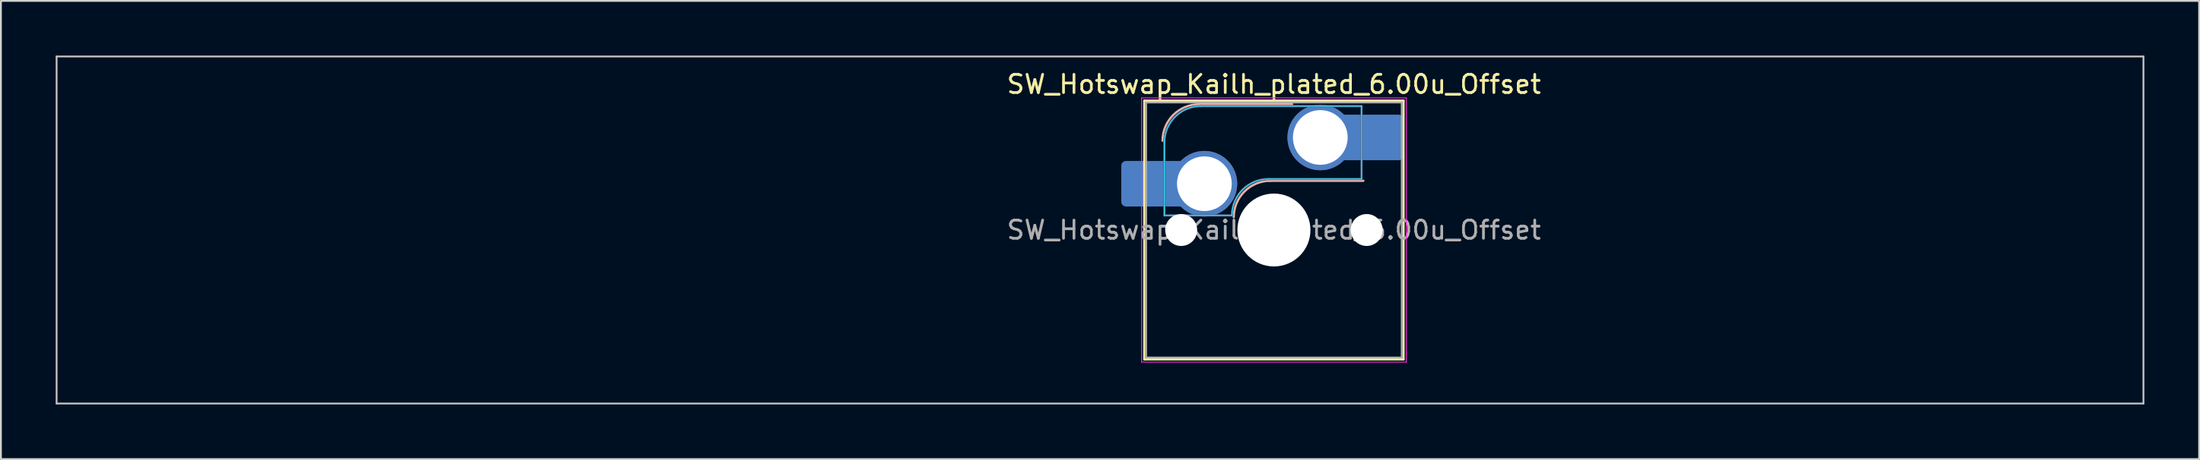
<source format=kicad_pcb>
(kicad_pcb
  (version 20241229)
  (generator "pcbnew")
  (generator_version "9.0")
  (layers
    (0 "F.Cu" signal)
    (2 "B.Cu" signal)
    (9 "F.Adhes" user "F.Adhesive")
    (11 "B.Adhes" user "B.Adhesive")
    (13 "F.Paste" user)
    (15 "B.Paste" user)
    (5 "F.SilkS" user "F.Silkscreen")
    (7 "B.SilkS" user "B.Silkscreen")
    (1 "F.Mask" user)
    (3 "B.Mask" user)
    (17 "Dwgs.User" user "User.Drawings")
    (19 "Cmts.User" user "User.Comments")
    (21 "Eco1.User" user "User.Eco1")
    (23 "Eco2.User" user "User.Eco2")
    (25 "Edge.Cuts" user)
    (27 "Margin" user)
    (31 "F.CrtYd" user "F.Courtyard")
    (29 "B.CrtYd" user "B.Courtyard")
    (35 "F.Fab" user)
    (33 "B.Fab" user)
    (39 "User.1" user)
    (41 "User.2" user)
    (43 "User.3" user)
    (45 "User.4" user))
  (footprint "SW_Hotswap_Kailh_plated_6.00u_Offset"
    (layer "F.Cu")
    (at 66.725 9.575)
    (property "Reference" "SW_Hotswap_Kailh_plated_6.00u_Offset" (at 0 -8 0) (layer "F.SilkS") (effects (font (size 1 1) (thickness 0.15))))
    (attr smd)
    (fp_line (start -7.1 -7.1) (end -7.1 7.1) (stroke (width 0.12) (type solid)) (layer "F.SilkS"))
    (fp_line (start -7.1 7.1) (end 7.1 7.1) (stroke (width 0.12) (type solid)) (layer "F.SilkS"))
    (fp_line (start 7.1 -7.1) (end -7.1 -7.1) (stroke (width 0.12) (type solid)) (layer "F.SilkS"))
    (fp_line (start 7.1 7.1) (end 7.1 -7.1) (stroke (width 0.12) (type solid)) (layer "F.SilkS"))
    (fp_line (start -4.1 -6.9) (end 1 -6.9) (stroke (width 0.12) (type solid)) (layer "B.SilkS"))
    (fp_line (start -0.2 -2.7) (end 4.9 -2.7) (stroke (width 0.12) (type solid)) (layer "B.SilkS"))
    (fp_arc (start -6.1 -4.9) (mid -5.514214 -6.314214) (end -4.1 -6.9) (stroke (width 0.12) (type solid)) (layer "B.SilkS"))
    (fp_arc (start -2.2 -0.7) (mid -1.614214 -2.114214) (end -0.2 -2.7) (stroke (width 0.12) (type solid)) (layer "B.SilkS"))
    (fp_line (start -66.675 -9.525) (end -66.675 9.525) (stroke (width 0.1) (type solid)) (layer "Dwgs.User"))
    (fp_line (start -66.675 9.525) (end 47.625 9.525) (stroke (width 0.1) (type solid)) (layer "Dwgs.User"))
    (fp_line (start 47.625 -9.525) (end -66.675 -9.525) (stroke (width 0.1) (type solid)) (layer "Dwgs.User"))
    (fp_line (start 47.625 9.525) (end 47.625 -9.525) (stroke (width 0.1) (type solid)) (layer "Dwgs.User"))
    (fp_line (start -7.8 -6) (end -7 -6) (stroke (width 0.1) (type solid)) (layer "Eco1.User"))
    (fp_line (start -7.8 -2.9) (end -7.8 -6) (stroke (width 0.1) (type solid)) (layer "Eco1.User"))
    (fp_line (start -7.8 2.9) (end -7 2.9) (stroke (width 0.1) (type solid)) (layer "Eco1.User"))
    (fp_line (start -7.8 6) (end -7.8 2.9) (stroke (width 0.1) (type solid)) (layer "Eco1.User"))
    (fp_line (start -7 -7) (end 7 -7) (stroke (width 0.1) (type solid)) (layer "Eco1.User"))
    (fp_line (start -7 -6) (end -7 -7) (stroke (width 0.1) (type solid)) (layer "Eco1.User"))
    (fp_line (start -7 -2.9) (end -7.8 -2.9) (stroke (width 0.1) (type solid)) (layer "Eco1.User"))
    (fp_line (start -7 2.9) (end -7 -2.9) (stroke (width 0.1) (type solid)) (layer "Eco1.User"))
    (fp_line (start -7 6) (end -7.8 6) (stroke (width 0.1) (type solid)) (layer "Eco1.User"))
    (fp_line (start -7 7) (end -7 6) (stroke (width 0.1) (type solid)) (layer "Eco1.User"))
    (fp_line (start 7 -7) (end 7 -6) (stroke (width 0.1) (type solid)) (layer "Eco1.User"))
    (fp_line (start 7 -6) (end 7.8 -6) (stroke (width 0.1) (type solid)) (layer "Eco1.User"))
    (fp_line (start 7 -2.9) (end 7 2.9) (stroke (width 0.1) (type solid)) (layer "Eco1.User"))
    (fp_line (start 7 2.9) (end 7.8 2.9) (stroke (width 0.1) (type solid)) (layer "Eco1.User"))
    (fp_line (start 7 6) (end 7 7) (stroke (width 0.1) (type solid)) (layer "Eco1.User"))
    (fp_line (start 7 7) (end -7 7) (stroke (width 0.1) (type solid)) (layer "Eco1.User"))
    (fp_line (start 7.8 -6) (end 7.8 -2.9) (stroke (width 0.1) (type solid)) (layer "Eco1.User"))
    (fp_line (start 7.8 -2.9) (end 7 -2.9) (stroke (width 0.1) (type solid)) (layer "Eco1.User"))
    (fp_line (start 7.8 2.9) (end 7.8 6) (stroke (width 0.1) (type solid)) (layer "Eco1.User"))
    (fp_line (start 7.8 6) (end 7 6) (stroke (width 0.1) (type solid)) (layer "Eco1.User"))
    (fp_line (start -6 -0.8) (end -6 -4.8) (stroke (width 0.05) (type solid)) (layer "B.CrtYd"))
    (fp_line (start -6 -0.8) (end -2.3 -0.8) (stroke (width 0.05) (type solid)) (layer "B.CrtYd"))
    (fp_line (start -4 -6.8) (end 4.8 -6.8) (stroke (width 0.05) (type solid)) (layer "B.CrtYd"))
    (fp_line (start -0.3 -2.8) (end 4.8 -2.8) (stroke (width 0.05) (type solid)) (layer "B.CrtYd"))
    (fp_line (start 4.8 -6.8) (end 4.8 -2.8) (stroke (width 0.05) (type solid)) (layer "B.CrtYd"))
    (fp_arc (start -6 -4.8) (mid -5.414214 -6.214214) (end -4 -6.8) (stroke (width 0.05) (type solid)) (layer "B.CrtYd"))
    (fp_arc (start -2.3 -0.8) (mid -1.714214 -2.214214) (end -0.3 -2.8) (stroke (width 0.05) (type solid)) (layer "B.CrtYd"))
    (fp_line (start -7.25 -7.25) (end -7.25 7.25) (stroke (width 0.05) (type solid)) (layer "F.CrtYd"))
    (fp_line (start -7.25 7.25) (end 7.25 7.25) (stroke (width 0.05) (type solid)) (layer "F.CrtYd"))
    (fp_line (start 7.25 -7.25) (end -7.25 -7.25) (stroke (width 0.05) (type solid)) (layer "F.CrtYd"))
    (fp_line (start 7.25 7.25) (end 7.25 -7.25) (stroke (width 0.05) (type solid)) (layer "F.CrtYd"))
    (fp_line (start -6 -0.8) (end -6 -4.8) (stroke (width 0.12) (type solid)) (layer "B.Fab"))
    (fp_line (start -6 -0.8) (end -2.3 -0.8) (stroke (width 0.12) (type solid)) (layer "B.Fab"))
    (fp_line (start -4 -6.8) (end 4.8 -6.8) (stroke (width 0.12) (type solid)) (layer "B.Fab"))
    (fp_line (start -0.3 -2.8) (end 4.8 -2.8) (stroke (width 0.12) (type solid)) (layer "B.Fab"))
    (fp_line (start 4.8 -6.8) (end 4.8 -2.8) (stroke (width 0.12) (type solid)) (layer "B.Fab"))
    (fp_arc (start -6 -4.8) (mid -5.414214 -6.214214) (end -4 -6.8) (stroke (width 0.12) (type solid)) (layer "B.Fab"))
    (fp_arc (start -2.3 -0.8) (mid -1.714214 -2.214214) (end -0.3 -2.8) (stroke (width 0.12) (type solid)) (layer "B.Fab"))
    (fp_line (start -7 -7) (end -7 7) (stroke (width 0.1) (type solid)) (layer "F.Fab"))
    (fp_line (start -7 7) (end 7 7) (stroke (width 0.1) (type solid)) (layer "F.Fab"))
    (fp_line (start 7 -7) (end -7 -7) (stroke (width 0.1) (type solid)) (layer "F.Fab"))
    (fp_line (start 7 7) (end 7 -7) (stroke (width 0.1) (type solid)) (layer "F.Fab"))
    (fp_text user "${REFERENCE}" (at 0 0 0) (layer "F.Fab") (effects (font (size 1 1) (thickness 0.15))))
    (pad "" smd roundrect (at -7.085 -2.54) (size 2.55 2.5) (layers "B.Mask" "B.Paste") (roundrect_rratio 0.1))
    (pad "" np_thru_hole circle (at -5.08 0) (size 1.75 1.75) (drill 1.75) (layers "*.Cu" "*.Mask"))
    (pad "" np_thru_hole circle (at 0 0) (size 4 4) (drill 4) (layers "*.Cu" "*.Mask"))
    (pad "" np_thru_hole circle (at 5.08 0) (size 1.75 1.75) (drill 1.75) (layers "*.Cu" "*.Mask"))
    (pad "" smd roundrect (at 5.842 -5.08) (size 2.55 2.5) (layers "B.Mask" "B.Paste") (roundrect_rratio 0.1))
    (pad "1" smd roundrect (at -6.585 -2.54) (size 3.55 2.5) (layers "B.Cu") (roundrect_rratio 0.1))
    (pad "1" thru_hole circle (at -3.81 -2.54) (size 3.6 3.6) (drill 3) (layers "*.Cu" "B.Mask"))
    (pad "2" thru_hole circle (at 2.54 -5.08) (size 3.6 3.6) (drill 3) (layers "*.Cu" "B.Mask"))
    (pad "2" smd roundrect (at 5.32 -5.08) (size 3.55 2.5) (layers "B.Cu") (roundrect_rratio 0.1)))
  (gr_rect
    (start -3 -3)
    (end 117.4 22.15)
    (stroke (width 0.1) (type default))
    (fill no)
    (layer "Edge.Cuts")))
</source>
